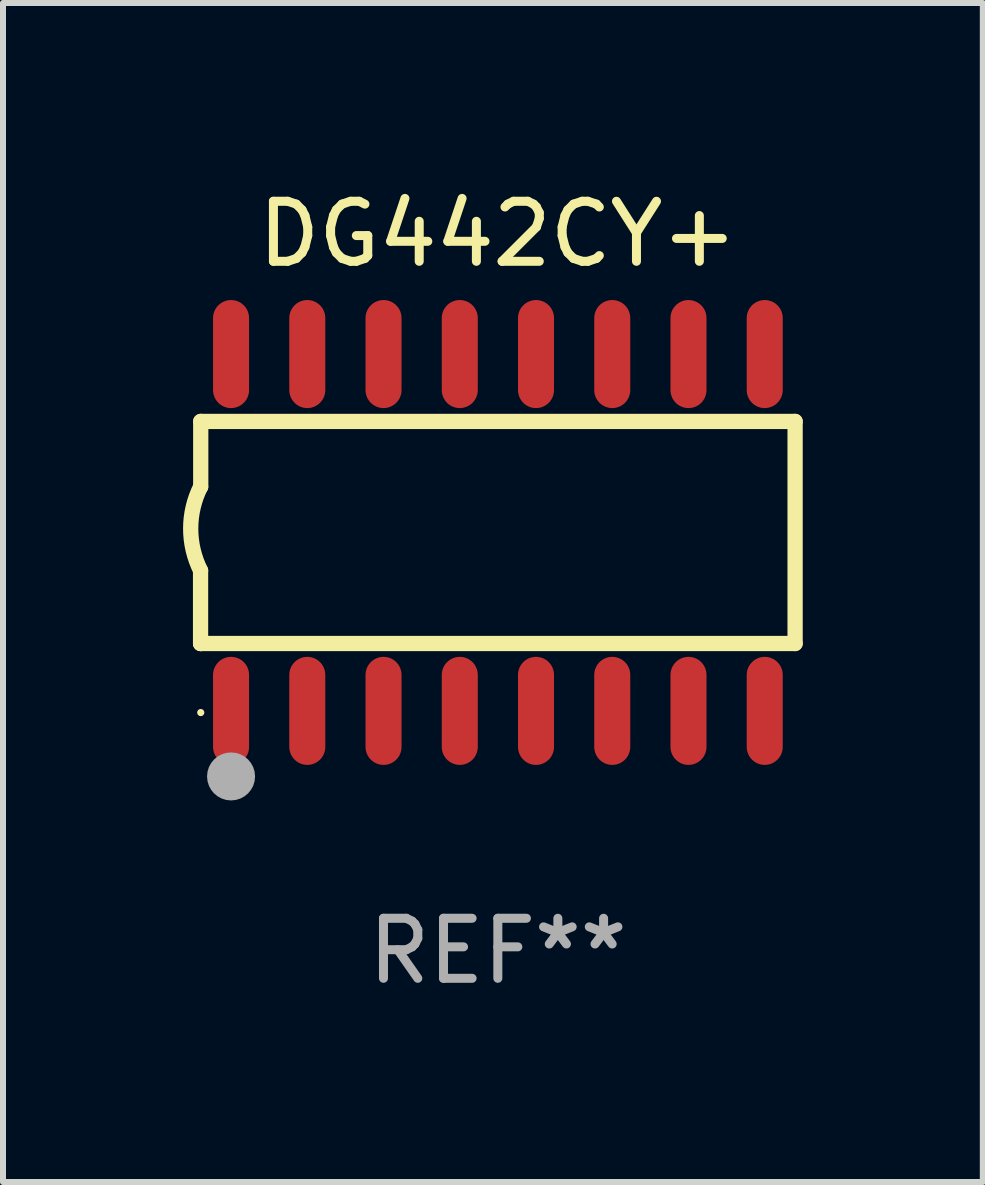
<source format=kicad_pcb>
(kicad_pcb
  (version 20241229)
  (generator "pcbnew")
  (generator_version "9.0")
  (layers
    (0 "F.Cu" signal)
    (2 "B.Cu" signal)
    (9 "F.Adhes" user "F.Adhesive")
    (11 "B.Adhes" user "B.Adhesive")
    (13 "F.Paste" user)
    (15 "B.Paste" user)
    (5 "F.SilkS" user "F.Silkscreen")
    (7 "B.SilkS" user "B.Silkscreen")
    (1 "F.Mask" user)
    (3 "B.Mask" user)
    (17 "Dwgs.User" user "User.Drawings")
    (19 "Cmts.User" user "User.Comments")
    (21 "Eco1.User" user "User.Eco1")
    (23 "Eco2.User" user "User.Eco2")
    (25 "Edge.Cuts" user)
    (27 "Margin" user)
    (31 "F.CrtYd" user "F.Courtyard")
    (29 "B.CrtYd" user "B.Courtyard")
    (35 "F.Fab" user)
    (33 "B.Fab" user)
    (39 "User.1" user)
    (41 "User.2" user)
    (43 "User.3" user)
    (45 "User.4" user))
  (footprint "DG442CY+"
    (layer "F.Cu")
    (at 5.243 5.82)
    (property "Reference" "DG442CY+" (at 0 -4.972 0) (layer "F.SilkS") (effects (font (size 1 1) (thickness 0.15))))
    (attr through_hole)
    (fp_line (start -4.952 0.635) (end -4.952 1.85) (stroke (width 0.254) (type solid)) (layer "F.SilkS"))
    (fp_line (start -4.952 1.85) (end -4.949 1.85) (stroke (width 0.254) (type solid)) (layer "F.SilkS"))
    (fp_line (start -4.949 -1.85) (end -4.949 -0.762) (stroke (width 0.254) (type solid)) (layer "F.SilkS"))
    (fp_line (start -4.949 1.85) (end 4.952 1.85) (stroke (width 0.254) (type solid)) (layer "F.SilkS"))
    (fp_line (start 4.952 -1.85) (end -4.949 -1.85) (stroke (width 0.254) (type solid)) (layer "F.SilkS"))
    (fp_line (start 4.952 1.85) (end 4.952 -1.85) (stroke (width 0.254) (type solid)) (layer "F.SilkS"))
    (fp_arc (start -4.951524 0.635001) (mid -5.116418 -0.0635) (end -4.951524 -0.762002) (stroke (width 0.254001) (type solid)) (layer "F.SilkS"))
    (fp_circle (center -4.949 3) (end -4.919 3) (stroke (width 0.06) (type solid)) (fill no) (layer "F.SilkS"))
    (fp_circle (center -4.444 4.064) (end -4.244 4.064) (stroke (width 0.4) (type solid)) (fill no) (layer "F.Fab"))
    (fp_text user "REF**" (at 0 6.972 0) (layer "F.Fab") (effects (font (size 1 1) (thickness 0.15))))
    (pad "1" smd oval (at -4.444 2.972 180) (size 0.6 1.8) (layers "F.Cu" "F.Mask" "F.Paste"))
    (pad "2" smd oval (at -3.174 2.972 180) (size 0.6 1.8) (layers "F.Cu" "F.Mask" "F.Paste"))
    (pad "3" smd oval (at -1.904 2.972 180) (size 0.6 1.8) (layers "F.Cu" "F.Mask" "F.Paste"))
    (pad "4" smd oval (at -0.634 2.972 180) (size 0.6 1.8) (layers "F.Cu" "F.Mask" "F.Paste"))
    (pad "5" smd oval (at 0.636 2.972 180) (size 0.6 1.8) (layers "F.Cu" "F.Mask" "F.Paste"))
    (pad "6" smd oval (at 1.906 2.972 180) (size 0.6 1.8) (layers "F.Cu" "F.Mask" "F.Paste"))
    (pad "7" smd oval (at 3.176 2.972 180) (size 0.6 1.8) (layers "F.Cu" "F.Mask" "F.Paste"))
    (pad "8" smd oval (at 4.446 2.972 180) (size 0.6 1.8) (layers "F.Cu" "F.Mask" "F.Paste"))
    (pad "9" smd oval (at 4.446 -2.972 180) (size 0.6 1.8) (layers "F.Cu" "F.Mask" "F.Paste"))
    (pad "10" smd oval (at 3.176 -2.972 180) (size 0.6 1.8) (layers "F.Cu" "F.Mask" "F.Paste"))
    (pad "11" smd oval (at 1.906 -2.972 180) (size 0.6 1.8) (layers "F.Cu" "F.Mask" "F.Paste"))
    (pad "12" smd oval (at 0.636 -2.972 180) (size 0.6 1.8) (layers "F.Cu" "F.Mask" "F.Paste"))
    (pad "13" smd oval (at -0.634 -2.972 180) (size 0.6 1.8) (layers "F.Cu" "F.Mask" "F.Paste"))
    (pad "14" smd oval (at -1.904 -2.972 180) (size 0.6 1.8) (layers "F.Cu" "F.Mask" "F.Paste"))
    (pad "15" smd oval (at -3.174 -2.972 180) (size 0.6 1.8) (layers "F.Cu" "F.Mask" "F.Paste"))
    (pad "16" smd oval (at -4.444 -2.972 180) (size 0.6 1.8) (layers "F.Cu" "F.Mask" "F.Paste")))
  (gr_rect
    (start -3 -3)
    (end 13.322 16.64)
    (stroke (width 0.1) (type default))
    (fill no)
    (layer "Edge.Cuts")))
</source>
